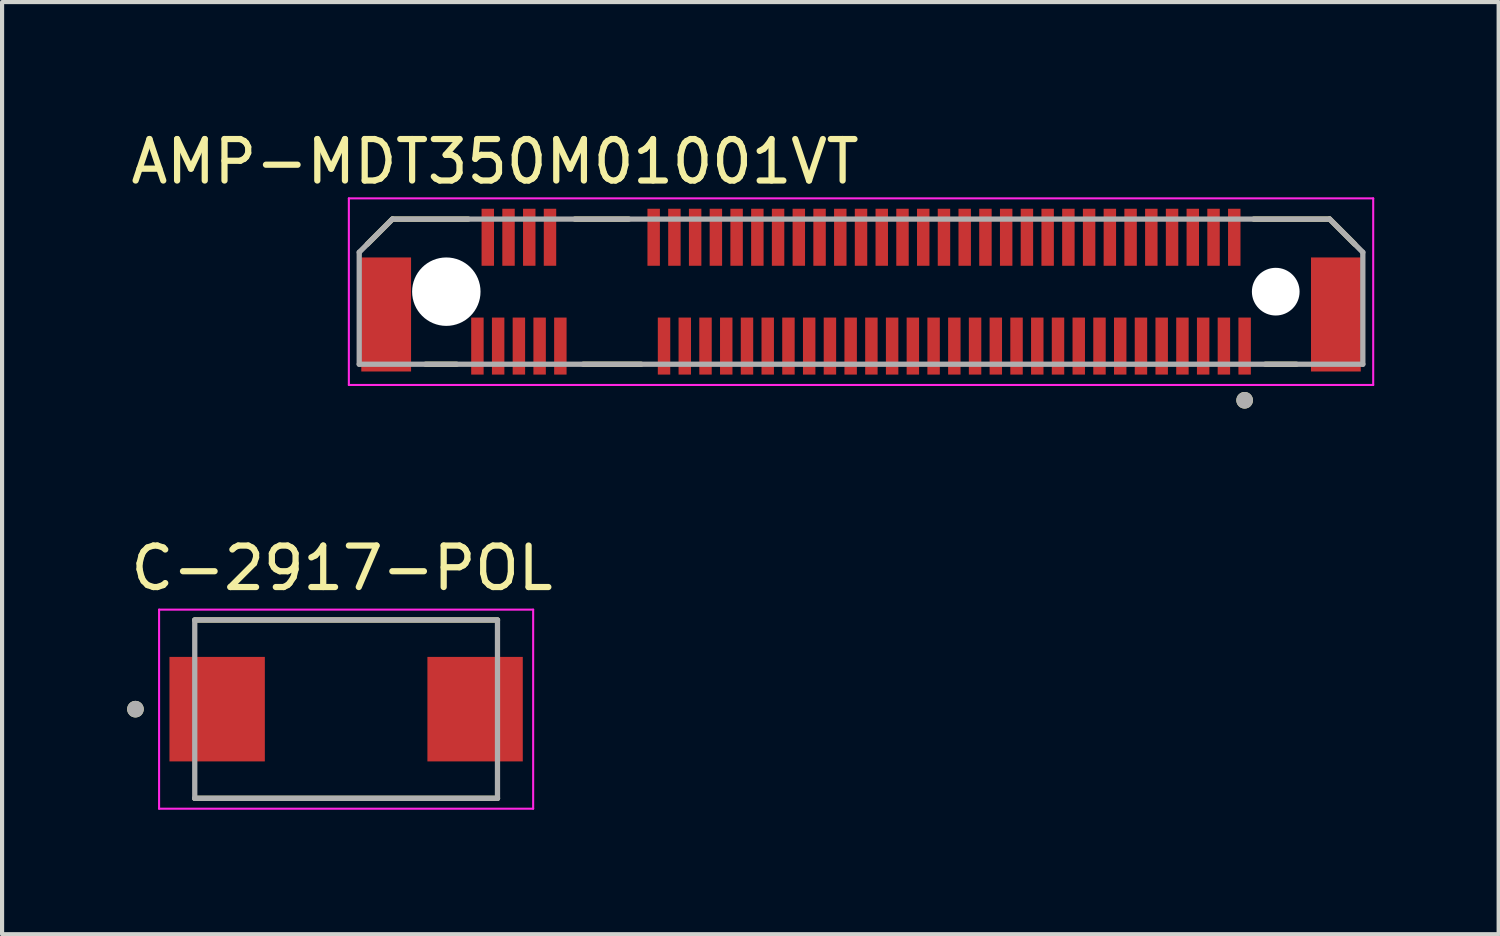
<source format=kicad_pcb>
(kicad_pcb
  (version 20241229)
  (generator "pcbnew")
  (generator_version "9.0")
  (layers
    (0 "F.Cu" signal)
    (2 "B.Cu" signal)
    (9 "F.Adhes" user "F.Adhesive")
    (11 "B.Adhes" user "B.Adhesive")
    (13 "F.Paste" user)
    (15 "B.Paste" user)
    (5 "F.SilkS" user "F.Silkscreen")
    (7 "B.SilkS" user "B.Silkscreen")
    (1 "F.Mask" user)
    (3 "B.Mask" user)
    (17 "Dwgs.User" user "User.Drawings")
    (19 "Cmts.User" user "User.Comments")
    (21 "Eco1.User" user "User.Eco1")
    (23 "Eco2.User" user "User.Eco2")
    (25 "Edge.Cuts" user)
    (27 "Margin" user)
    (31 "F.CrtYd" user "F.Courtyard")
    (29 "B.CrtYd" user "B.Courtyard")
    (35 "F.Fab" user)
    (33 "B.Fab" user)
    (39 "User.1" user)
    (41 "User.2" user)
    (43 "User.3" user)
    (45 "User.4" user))
  (footprint "AMP-MDT350M01001VT"
    (layer "F.Cu")
    (at 17.712 3.983)
    (property "Reference" "AMP-MDT350M01001VT" (at -8.825 -3.135 0) (layer "F.SilkS") (effects (font (size 1 1) (thickness 0.15))))
    (attr smd)
    (fp_line (start -11.905 -1.145) (end -11.3 -1.75) (stroke (width 0.127) (type solid)) (layer "F.SilkS"))
    (fp_line (start -11.3 -1.75) (end -9.47 -1.75) (stroke (width 0.127) (type solid)) (layer "F.SilkS"))
    (fp_line (start -10.5 1.75) (end -9.75 1.75) (stroke (width 0.127) (type solid)) (layer "F.SilkS"))
    (fp_line (start -6.9 -1.75) (end -5.6 -1.75) (stroke (width 0.127) (type solid)) (layer "F.SilkS"))
    (fp_line (start -6.7 1.75) (end -5.3 1.75) (stroke (width 0.127) (type solid)) (layer "F.SilkS"))
    (fp_line (start 9.47 -1.75) (end 11.3 -1.75) (stroke (width 0.127) (type solid)) (layer "F.SilkS"))
    (fp_line (start 10.5 1.75) (end 9.75 1.75) (stroke (width 0.127) (type solid)) (layer "F.SilkS"))
    (fp_line (start 11.3 -1.75) (end 11.905 -1.145) (stroke (width 0.127) (type solid)) (layer "F.SilkS"))
    (fp_circle (center 9.25 2.619) (end 9.35 2.619) (stroke (width 0.2) (type solid)) (fill no) (layer "F.SilkS"))
    (fp_line (start -12.35 -2.25) (end -12.35 2.25) (stroke (width 0.05) (type solid)) (layer "F.CrtYd"))
    (fp_line (start -12.35 2.25) (end 12.35 2.25) (stroke (width 0.05) (type solid)) (layer "F.CrtYd"))
    (fp_line (start 12.35 -2.25) (end -12.35 -2.25) (stroke (width 0.05) (type solid)) (layer "F.CrtYd"))
    (fp_line (start 12.35 2.25) (end 12.35 -2.25) (stroke (width 0.05) (type solid)) (layer "F.CrtYd"))
    (fp_line (start -12.1 -0.95) (end -11.3 -1.75) (stroke (width 0.127) (type solid)) (layer "F.Fab"))
    (fp_line (start -12.1 1.75) (end -12.1 -0.95) (stroke (width 0.127) (type solid)) (layer "F.Fab"))
    (fp_line (start -11.3 -1.75) (end 11.3 -1.75) (stroke (width 0.127) (type solid)) (layer "F.Fab"))
    (fp_line (start 11.3 -1.75) (end 12.1 -0.95) (stroke (width 0.127) (type solid)) (layer "F.Fab"))
    (fp_line (start 12.1 -0.95) (end 12.1 1.75) (stroke (width 0.127) (type solid)) (layer "F.Fab"))
    (fp_line (start 12.1 1.75) (end -12.1 1.75) (stroke (width 0.127) (type solid)) (layer "F.Fab"))
    (fp_circle (center 9.25 2.619) (end 9.35 2.619) (stroke (width 0.2) (type solid)) (fill no) (layer "F.Fab"))
    (pad "" np_thru_hole circle (at -10 0) (size 1.65 1.65) (drill 1.65) (layers "*.Cu" "*.Mask"))
    (pad "" np_thru_hole circle (at 10 0) (size 1.15 1.15) (drill 1.15) (layers "*.Cu" "*.Mask"))
    (pad "1" smd rect (at 9.25 1.312) (size 0.3 1.375) (layers "F.Cu" "F.Mask" "F.Paste"))
    (pad "2" smd rect (at 9 -1.312) (size 0.3 1.375) (layers "F.Cu" "F.Mask" "F.Paste"))
    (pad "3" smd rect (at 8.75 1.312) (size 0.3 1.375) (layers "F.Cu" "F.Mask" "F.Paste"))
    (pad "4" smd rect (at 8.5 -1.312) (size 0.3 1.375) (layers "F.Cu" "F.Mask" "F.Paste"))
    (pad "5" smd rect (at 8.25 1.312) (size 0.3 1.375) (layers "F.Cu" "F.Mask" "F.Paste"))
    (pad "6" smd rect (at 8 -1.312) (size 0.3 1.375) (layers "F.Cu" "F.Mask" "F.Paste"))
    (pad "7" smd rect (at 7.75 1.312) (size 0.3 1.375) (layers "F.Cu" "F.Mask" "F.Paste"))
    (pad "8" smd rect (at 7.5 -1.312) (size 0.3 1.375) (layers "F.Cu" "F.Mask" "F.Paste"))
    (pad "9" smd rect (at 7.25 1.312) (size 0.3 1.375) (layers "F.Cu" "F.Mask" "F.Paste"))
    (pad "10" smd rect (at 7 -1.312) (size 0.3 1.375) (layers "F.Cu" "F.Mask" "F.Paste"))
    (pad "11" smd rect (at 6.75 1.312) (size 0.3 1.375) (layers "F.Cu" "F.Mask" "F.Paste"))
    (pad "12" smd rect (at 6.5 -1.312) (size 0.3 1.375) (layers "F.Cu" "F.Mask" "F.Paste"))
    (pad "13" smd rect (at 6.25 1.312) (size 0.3 1.375) (layers "F.Cu" "F.Mask" "F.Paste"))
    (pad "14" smd rect (at 6 -1.312) (size 0.3 1.375) (layers "F.Cu" "F.Mask" "F.Paste"))
    (pad "15" smd rect (at 5.75 1.312) (size 0.3 1.375) (layers "F.Cu" "F.Mask" "F.Paste"))
    (pad "16" smd rect (at 5.5 -1.312) (size 0.3 1.375) (layers "F.Cu" "F.Mask" "F.Paste"))
    (pad "17" smd rect (at 5.25 1.312) (size 0.3 1.375) (layers "F.Cu" "F.Mask" "F.Paste"))
    (pad "18" smd rect (at 5 -1.312) (size 0.3 1.375) (layers "F.Cu" "F.Mask" "F.Paste"))
    (pad "19" smd rect (at 4.75 1.312) (size 0.3 1.375) (layers "F.Cu" "F.Mask" "F.Paste"))
    (pad "20" smd rect (at 4.5 -1.312) (size 0.3 1.375) (layers "F.Cu" "F.Mask" "F.Paste"))
    (pad "21" smd rect (at 4.25 1.312) (size 0.3 1.375) (layers "F.Cu" "F.Mask" "F.Paste"))
    (pad "22" smd rect (at 4 -1.312) (size 0.3 1.375) (layers "F.Cu" "F.Mask" "F.Paste"))
    (pad "23" smd rect (at 3.75 1.312) (size 0.3 1.375) (layers "F.Cu" "F.Mask" "F.Paste"))
    (pad "24" smd rect (at 3.5 -1.312) (size 0.3 1.375) (layers "F.Cu" "F.Mask" "F.Paste"))
    (pad "25" smd rect (at 3.25 1.312) (size 0.3 1.375) (layers "F.Cu" "F.Mask" "F.Paste"))
    (pad "26" smd rect (at 3 -1.312) (size 0.3 1.375) (layers "F.Cu" "F.Mask" "F.Paste"))
    (pad "27" smd rect (at 2.75 1.312) (size 0.3 1.375) (layers "F.Cu" "F.Mask" "F.Paste"))
    (pad "28" smd rect (at 2.5 -1.312) (size 0.3 1.375) (layers "F.Cu" "F.Mask" "F.Paste"))
    (pad "29" smd rect (at 2.25 1.312) (size 0.3 1.375) (layers "F.Cu" "F.Mask" "F.Paste"))
    (pad "30" smd rect (at 2 -1.312) (size 0.3 1.375) (layers "F.Cu" "F.Mask" "F.Paste"))
    (pad "31" smd rect (at 1.75 1.312) (size 0.3 1.375) (layers "F.Cu" "F.Mask" "F.Paste"))
    (pad "32" smd rect (at 1.5 -1.312) (size 0.3 1.375) (layers "F.Cu" "F.Mask" "F.Paste"))
    (pad "33" smd rect (at 1.25 1.312) (size 0.3 1.375) (layers "F.Cu" "F.Mask" "F.Paste"))
    (pad "34" smd rect (at 1 -1.312) (size 0.3 1.375) (layers "F.Cu" "F.Mask" "F.Paste"))
    (pad "35" smd rect (at 0.75 1.312) (size 0.3 1.375) (layers "F.Cu" "F.Mask" "F.Paste"))
    (pad "36" smd rect (at 0.5 -1.312) (size 0.3 1.375) (layers "F.Cu" "F.Mask" "F.Paste"))
    (pad "37" smd rect (at 0.25 1.312) (size 0.3 1.375) (layers "F.Cu" "F.Mask" "F.Paste"))
    (pad "38" smd rect (at 0 -1.312) (size 0.3 1.375) (layers "F.Cu" "F.Mask" "F.Paste"))
    (pad "39" smd rect (at -0.25 1.312) (size 0.3 1.375) (layers "F.Cu" "F.Mask" "F.Paste"))
    (pad "40" smd rect (at -0.5 -1.312) (size 0.3 1.375) (layers "F.Cu" "F.Mask" "F.Paste"))
    (pad "41" smd rect (at -0.75 1.312) (size 0.3 1.375) (layers "F.Cu" "F.Mask" "F.Paste"))
    (pad "42" smd rect (at -1 -1.312) (size 0.3 1.375) (layers "F.Cu" "F.Mask" "F.Paste"))
    (pad "43" smd rect (at -1.25 1.312) (size 0.3 1.375) (layers "F.Cu" "F.Mask" "F.Paste"))
    (pad "44" smd rect (at -1.5 -1.312) (size 0.3 1.375) (layers "F.Cu" "F.Mask" "F.Paste"))
    (pad "45" smd rect (at -1.75 1.312) (size 0.3 1.375) (layers "F.Cu" "F.Mask" "F.Paste"))
    (pad "46" smd rect (at -2 -1.312) (size 0.3 1.375) (layers "F.Cu" "F.Mask" "F.Paste"))
    (pad "47" smd rect (at -2.25 1.312) (size 0.3 1.375) (layers "F.Cu" "F.Mask" "F.Paste"))
    (pad "48" smd rect (at -2.5 -1.312) (size 0.3 1.375) (layers "F.Cu" "F.Mask" "F.Paste"))
    (pad "49" smd rect (at -2.75 1.312) (size 0.3 1.375) (layers "F.Cu" "F.Mask" "F.Paste"))
    (pad "50" smd rect (at -3 -1.312) (size 0.3 1.375) (layers "F.Cu" "F.Mask" "F.Paste"))
    (pad "51" smd rect (at -3.25 1.312) (size 0.3 1.375) (layers "F.Cu" "F.Mask" "F.Paste"))
    (pad "52" smd rect (at -3.5 -1.312) (size 0.3 1.375) (layers "F.Cu" "F.Mask" "F.Paste"))
    (pad "53" smd rect (at -3.75 1.312) (size 0.3 1.375) (layers "F.Cu" "F.Mask" "F.Paste"))
    (pad "54" smd rect (at -4 -1.312) (size 0.3 1.375) (layers "F.Cu" "F.Mask" "F.Paste"))
    (pad "55" smd rect (at -4.25 1.312) (size 0.3 1.375) (layers "F.Cu" "F.Mask" "F.Paste"))
    (pad "56" smd rect (at -4.5 -1.312) (size 0.3 1.375) (layers "F.Cu" "F.Mask" "F.Paste"))
    (pad "57" smd rect (at -4.75 1.312) (size 0.3 1.375) (layers "F.Cu" "F.Mask" "F.Paste"))
    (pad "58" smd rect (at -5 -1.312) (size 0.3 1.375) (layers "F.Cu" "F.Mask" "F.Paste"))
    (pad "67" smd rect (at -7.25 1.312) (size 0.3 1.375) (layers "F.Cu" "F.Mask" "F.Paste"))
    (pad "68" smd rect (at -7.5 -1.312) (size 0.3 1.375) (layers "F.Cu" "F.Mask" "F.Paste"))
    (pad "69" smd rect (at -7.75 1.312) (size 0.3 1.375) (layers "F.Cu" "F.Mask" "F.Paste"))
    (pad "70" smd rect (at -8 -1.312) (size 0.3 1.375) (layers "F.Cu" "F.Mask" "F.Paste"))
    (pad "71" smd rect (at -8.25 1.312) (size 0.3 1.375) (layers "F.Cu" "F.Mask" "F.Paste"))
    (pad "72" smd rect (at -8.5 -1.312) (size 0.3 1.375) (layers "F.Cu" "F.Mask" "F.Paste"))
    (pad "73" smd rect (at -8.75 1.312) (size 0.3 1.375) (layers "F.Cu" "F.Mask" "F.Paste"))
    (pad "74" smd rect (at -9 -1.312) (size 0.3 1.375) (layers "F.Cu" "F.Mask" "F.Paste"))
    (pad "75" smd rect (at -9.25 1.312) (size 0.3 1.375) (layers "F.Cu" "F.Mask" "F.Paste"))
    (pad "S1" smd rect (at -11.45 0.55) (size 1.2 2.75) (layers "F.Cu" "F.Mask" "F.Paste"))
    (pad "S2" smd rect (at 11.45 0.55) (size 1.2 2.75) (layers "F.Cu" "F.Mask" "F.Paste")))
  (footprint "C-2917-POL"
    (layer "F.Cu")
    (at 5.296 14.05)
    (property "Reference" "C-2917-POL" (at -0.1 -3.4 0) (layer "F.SilkS") (effects (font (size 1 1) (thickness 0.15))))
    (attr smd)
    (fp_line (start -3.65 -2.15) (end 3.65 -2.15) (stroke (width 0.127) (type solid)) (layer "F.SilkS"))
    (fp_line (start -3.65 2.15) (end 3.65 2.15) (stroke (width 0.127) (type solid)) (layer "F.SilkS"))
    (fp_circle (center -5.08 0) (end -4.98 0) (stroke (width 0.2) (type solid)) (fill no) (layer "F.SilkS"))
    (fp_line (start -4.51 -2.4) (end 4.51 -2.4) (stroke (width 0.05) (type solid)) (layer "F.CrtYd"))
    (fp_line (start -4.51 2.4) (end -4.51 -2.4) (stroke (width 0.05) (type solid)) (layer "F.CrtYd"))
    (fp_line (start -4.51 2.4) (end 4.51 2.4) (stroke (width 0.05) (type solid)) (layer "F.CrtYd"))
    (fp_line (start 4.51 2.4) (end 4.51 -2.4) (stroke (width 0.05) (type solid)) (layer "F.CrtYd"))
    (fp_line (start -3.65 2.15) (end -3.65 -2.15) (stroke (width 0.127) (type solid)) (layer "F.Fab"))
    (fp_line (start 3.65 -2.15) (end -3.65 -2.15) (stroke (width 0.127) (type solid)) (layer "F.Fab"))
    (fp_line (start 3.65 2.15) (end -3.65 2.15) (stroke (width 0.127) (type solid)) (layer "F.Fab"))
    (fp_line (start 3.65 2.15) (end 3.65 -2.15) (stroke (width 0.127) (type solid)) (layer "F.Fab"))
    (fp_circle (center -5.08 0) (end -4.98 0) (stroke (width 0.2) (type solid)) (fill no) (layer "F.Fab"))
    (pad "1" smd rect (at -3.11 0) (size 2.3 2.52) (layers "F.Cu" "F.Mask" "F.Paste"))
    (pad "2" smd rect (at 3.11 0) (size 2.3 2.52) (layers "F.Cu" "F.Mask" "F.Paste")))
  (gr_rect
    (start -3 -3)
    (end 33.087 19.476)
    (stroke (width 0.1) (type default))
    (fill no)
    (layer "Edge.Cuts")))
</source>
